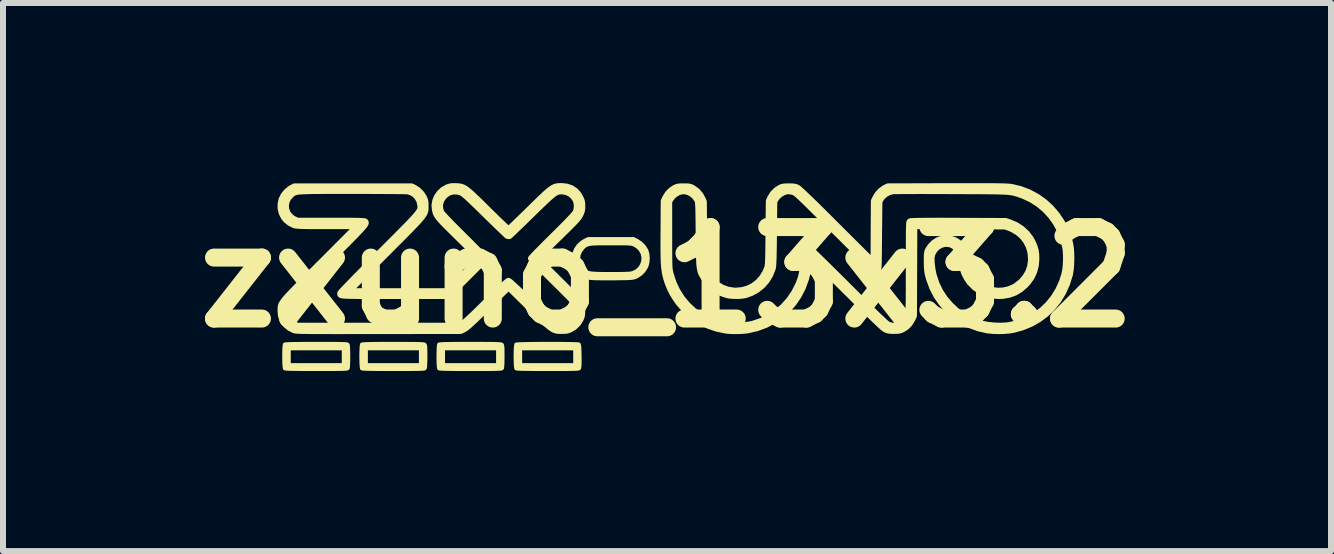
<source format=kicad_pcb>
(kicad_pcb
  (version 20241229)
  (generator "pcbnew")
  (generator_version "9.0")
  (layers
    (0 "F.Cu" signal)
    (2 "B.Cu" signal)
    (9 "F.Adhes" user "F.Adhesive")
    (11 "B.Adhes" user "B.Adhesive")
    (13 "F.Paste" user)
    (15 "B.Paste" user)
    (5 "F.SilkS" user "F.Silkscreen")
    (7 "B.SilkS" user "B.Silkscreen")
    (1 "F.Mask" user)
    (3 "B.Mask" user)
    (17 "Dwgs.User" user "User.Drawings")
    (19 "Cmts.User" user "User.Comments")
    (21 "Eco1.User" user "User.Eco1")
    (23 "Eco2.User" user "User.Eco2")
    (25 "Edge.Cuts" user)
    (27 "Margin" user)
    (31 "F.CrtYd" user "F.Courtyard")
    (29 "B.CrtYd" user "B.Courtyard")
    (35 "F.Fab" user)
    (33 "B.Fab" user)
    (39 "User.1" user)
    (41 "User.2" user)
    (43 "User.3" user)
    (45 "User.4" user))
  (footprint "zxuno_13x3.2"
    (layer "F.Cu")
    (at 8.063 1.568)
    (property "Reference" "zxuno_13x3.2" (at 0 0 0) (layer "F.SilkS") (effects (font (size 1.524 1.524) (thickness 0.3))))
    (attr board_only exclude_from_pos_files exclude_from_bom allow_missing_courtyard)
    (fp_poly (pts (xy -1.87 1.103) (xy -1.784 1.103) (xy -1.704 1.104) (xy -1.632 1.105) (xy -1.57 1.106) (xy -1.52 1.108) (xy -1.486 1.11) (xy -1.468 1.112) (xy -1.467 1.113) (xy -1.462 1.12) (xy -1.458 1.134) (xy -1.454 1.159) (xy -1.452 1.196) (xy -1.45 1.248) (xy -1.449 1.31) (xy -1.448 1.389) (xy -1.449 1.45) (xy -1.452 1.492) (xy -1.456 1.515) (xy -1.457 1.517) (xy -1.46 1.522) (xy -1.464 1.526) (xy -1.472 1.529) (xy -1.484 1.532) (xy -1.503 1.534) (xy -1.53 1.535) (xy -1.567 1.536) (xy -1.615 1.537) (xy -1.676 1.538) (xy -1.752 1.538) (xy -1.845 1.538) (xy -1.956 1.538) (xy -1.987 1.538) (xy -2.111 1.538) (xy -2.215 1.538) (xy -2.302 1.537) (xy -2.373 1.536) (xy -2.428 1.535) (xy -2.469 1.533) (xy -2.496 1.531) (xy -2.513 1.528) (xy -2.518 1.526) (xy -2.522 1.512) (xy -2.526 1.481) (xy -2.528 1.438) (xy -2.53 1.386) (xy -2.531 1.33) (xy -2.53 1.273) (xy -2.529 1.22) (xy -2.528 1.194) (xy -2.439 1.194) (xy -2.439 1.457) (xy -1.538 1.457) (xy -1.538 1.194) (xy -2.439 1.194) (xy -2.528 1.194) (xy -2.527 1.173) (xy -2.523 1.138) (xy -2.519 1.118) (xy -2.518 1.115) (xy -2.505 1.113) (xy -2.475 1.11) (xy -2.429 1.108) (xy -2.37 1.107) (xy -2.3 1.105) (xy -2.222 1.104) (xy -2.137 1.103) (xy -2.049 1.103) (xy -1.959 1.103)) (stroke (width 0.05) (type solid)) (fill yes) (layer "F.SilkS"))
    (fp_poly (pts (xy -4.446 1.103) (xy -4.348 1.103) (xy -4.268 1.104) (xy -4.202 1.104) (xy -4.15 1.105) (xy -4.11 1.107) (xy -4.08 1.108) (xy -4.06 1.11) (xy -4.046 1.113) (xy -4.037 1.116) (xy -4.033 1.119) (xy -4.028 1.128) (xy -4.023 1.143) (xy -4.02 1.167) (xy -4.019 1.202) (xy -4.018 1.253) (xy -4.017 1.317) (xy -4.018 1.382) (xy -4.02 1.438) (xy -4.022 1.481) (xy -4.025 1.51) (xy -4.028 1.519) (xy -4.031 1.523) (xy -4.036 1.527) (xy -4.044 1.53) (xy -4.058 1.532) (xy -4.079 1.534) (xy -4.108 1.535) (xy -4.147 1.537) (xy -4.199 1.537) (xy -4.264 1.538) (xy -4.344 1.538) (xy -4.441 1.538) (xy -4.557 1.538) (xy -4.557 1.538) (xy -4.681 1.538) (xy -4.786 1.538) (xy -4.873 1.537) (xy -4.943 1.536) (xy -4.998 1.535) (xy -5.039 1.533) (xy -5.067 1.531) (xy -5.083 1.528) (xy -5.088 1.526) (xy -5.093 1.512) (xy -5.096 1.481) (xy -5.099 1.438) (xy -5.1 1.386) (xy -5.101 1.33) (xy -5.101 1.273) (xy -5.099 1.22) (xy -5.098 1.194) (xy -5.009 1.194) (xy -5.009 1.457) (xy -4.109 1.457) (xy -4.109 1.194) (xy -5.009 1.194) (xy -5.098 1.194) (xy -5.097 1.173) (xy -5.094 1.138) (xy -5.09 1.118) (xy -5.088 1.115) (xy -5.08 1.112) (xy -5.061 1.11) (xy -5.03 1.108) (xy -4.985 1.106) (xy -4.927 1.105) (xy -4.852 1.104) (xy -4.76 1.103) (xy -4.651 1.103) (xy -4.563 1.103)) (stroke (width 0.05) (type solid)) (fill yes) (layer "F.SilkS"))
    (fp_poly (pts (xy -3.161 1.103) (xy -3.063 1.103) (xy -2.982 1.104) (xy -2.917 1.104) (xy -2.865 1.105) (xy -2.825 1.107) (xy -2.795 1.108) (xy -2.774 1.11) (xy -2.76 1.113) (xy -2.752 1.116) (xy -2.748 1.119) (xy -2.742 1.128) (xy -2.738 1.143) (xy -2.735 1.167) (xy -2.733 1.202) (xy -2.733 1.253) (xy -2.732 1.317) (xy -2.733 1.382) (xy -2.734 1.438) (xy -2.737 1.481) (xy -2.74 1.51) (xy -2.743 1.519) (xy -2.746 1.523) (xy -2.751 1.527) (xy -2.759 1.53) (xy -2.773 1.532) (xy -2.793 1.534) (xy -2.823 1.535) (xy -2.862 1.537) (xy -2.914 1.537) (xy -2.979 1.538) (xy -3.059 1.538) (xy -3.156 1.538) (xy -3.272 1.538) (xy -3.272 1.538) (xy -3.396 1.538) (xy -3.501 1.538) (xy -3.588 1.537) (xy -3.658 1.536) (xy -3.713 1.535) (xy -3.754 1.533) (xy -3.782 1.531) (xy -3.798 1.528) (xy -3.803 1.526) (xy -3.807 1.512) (xy -3.811 1.481) (xy -3.814 1.438) (xy -3.815 1.386) (xy -3.816 1.33) (xy -3.815 1.273) (xy -3.814 1.22) (xy -3.813 1.194) (xy -3.724 1.194) (xy -3.724 1.457) (xy -2.823 1.457) (xy -2.823 1.194) (xy -3.724 1.194) (xy -3.813 1.194) (xy -3.812 1.173) (xy -3.809 1.138) (xy -3.805 1.118) (xy -3.803 1.115) (xy -3.795 1.112) (xy -3.776 1.11) (xy -3.745 1.108) (xy -3.7 1.106) (xy -3.641 1.105) (xy -3.567 1.104) (xy -3.475 1.103) (xy -3.365 1.103) (xy -3.277 1.103)) (stroke (width 0.05) (type solid)) (fill yes) (layer "F.SilkS"))
    (fp_poly (pts (xy -5.727 1.103) (xy -5.629 1.103) (xy -5.549 1.103) (xy -5.484 1.104) (xy -5.433 1.105) (xy -5.393 1.106) (xy -5.364 1.107) (xy -5.343 1.109) (xy -5.329 1.112) (xy -5.321 1.115) (xy -5.316 1.118) (xy -5.313 1.123) (xy -5.313 1.123) (xy -5.309 1.14) (xy -5.306 1.173) (xy -5.304 1.219) (xy -5.303 1.272) (xy -5.303 1.329) (xy -5.303 1.385) (xy -5.305 1.436) (xy -5.307 1.479) (xy -5.31 1.508) (xy -5.313 1.519) (xy -5.316 1.523) (xy -5.321 1.527) (xy -5.329 1.53) (xy -5.343 1.532) (xy -5.364 1.534) (xy -5.393 1.535) (xy -5.433 1.537) (xy -5.484 1.537) (xy -5.549 1.538) (xy -5.629 1.538) (xy -5.726 1.538) (xy -5.842 1.538) (xy -5.842 1.538) (xy -5.966 1.538) (xy -6.071 1.538) (xy -6.158 1.537) (xy -6.228 1.536) (xy -6.283 1.535) (xy -6.324 1.533) (xy -6.352 1.531) (xy -6.368 1.528) (xy -6.373 1.526) (xy -6.378 1.512) (xy -6.381 1.481) (xy -6.384 1.438) (xy -6.385 1.386) (xy -6.386 1.33) (xy -6.386 1.273) (xy -6.385 1.22) (xy -6.383 1.194) (xy -6.294 1.194) (xy -6.294 1.457) (xy -5.394 1.457) (xy -5.394 1.194) (xy -6.294 1.194) (xy -6.383 1.194) (xy -6.382 1.173) (xy -6.379 1.138) (xy -6.375 1.118) (xy -6.373 1.115) (xy -6.365 1.112) (xy -6.346 1.11) (xy -6.315 1.108) (xy -6.271 1.106) (xy -6.212 1.105) (xy -6.138 1.104) (xy -6.046 1.103) (xy -5.937 1.103) (xy -5.842 1.103)) (stroke (width 0.05) (type solid)) (fill yes) (layer "F.SilkS"))
    (fp_poly (pts (xy -0.498 -0.613) (xy -0.434 -0.571) (xy -0.38 -0.516) (xy -0.34 -0.454) (xy -0.337 -0.447) (xy -0.319 -0.389) (xy -0.313 -0.321) (xy -0.317 -0.251) (xy -0.333 -0.188) (xy -0.341 -0.17) (xy -0.381 -0.105) (xy -0.434 -0.05) (xy -0.496 -0.009) (xy -0.519 0.002) (xy -0.535 0.008) (xy -0.552 0.013) (xy -0.57 0.017) (xy -0.593 0.02) (xy -0.623 0.022) (xy -0.662 0.024) (xy -0.713 0.025) (xy -0.778 0.026) (xy -0.86 0.027) (xy -0.911 0.027) (xy -1.019 0.027) (xy -1.109 0.027) (xy -1.181 0.026) (xy -1.236 0.024) (xy -1.276 0.021) (xy -1.3 0.017) (xy -1.378 -0.01) (xy -1.444 -0.052) (xy -1.497 -0.109) (xy -1.536 -0.176) (xy -1.558 -0.254) (xy -1.563 -0.307) (xy -1.473 -0.307) (xy -1.464 -0.243) (xy -1.437 -0.182) (xy -1.397 -0.132) (xy -1.377 -0.114) (xy -1.356 -0.099) (xy -1.333 -0.087) (xy -1.305 -0.078) (xy -1.27 -0.071) (xy -1.225 -0.067) (xy -1.168 -0.064) (xy -1.097 -0.062) (xy -1.01 -0.061) (xy -0.94 -0.061) (xy -0.846 -0.061) (xy -0.769 -0.062) (xy -0.708 -0.063) (xy -0.661 -0.065) (xy -0.625 -0.067) (xy -0.598 -0.071) (xy -0.578 -0.075) (xy -0.576 -0.076) (xy -0.513 -0.105) (xy -0.462 -0.15) (xy -0.426 -0.204) (xy -0.404 -0.269) (xy -0.401 -0.334) (xy -0.416 -0.396) (xy -0.447 -0.453) (xy -0.493 -0.5) (xy -0.546 -0.533) (xy -0.56 -0.539) (xy -0.574 -0.544) (xy -0.59 -0.548) (xy -0.61 -0.551) (xy -0.637 -0.553) (xy -0.672 -0.555) (xy -0.719 -0.556) (xy -0.779 -0.556) (xy -0.856 -0.556) (xy -0.932 -0.556) (xy -1.032 -0.556) (xy -1.114 -0.556) (xy -1.18 -0.554) (xy -1.233 -0.552) (xy -1.275 -0.548) (xy -1.307 -0.542) (xy -1.333 -0.533) (xy -1.354 -0.523) (xy -1.372 -0.51) (xy -1.391 -0.493) (xy -1.396 -0.488) (xy -1.439 -0.433) (xy -1.465 -0.372) (xy -1.473 -0.307) (xy -1.563 -0.307) (xy -1.563 -0.315) (xy -1.554 -0.392) (xy -1.526 -0.465) (xy -1.482 -0.53) (xy -1.424 -0.583) (xy -1.372 -0.615) (xy -1.315 -0.643) (xy -0.556 -0.643)) (stroke (width 0.05) (type solid)) (fill yes) (layer "F.SilkS"))
    (fp_poly (pts (xy -1.672 -1.509) (xy -1.596 -1.484) (xy -1.531 -1.442) (xy -1.477 -1.383) (xy -1.445 -1.328) (xy -1.427 -1.288) (xy -1.417 -1.255) (xy -1.413 -1.218) (xy -1.412 -1.184) (xy -1.413 -1.139) (xy -1.419 -1.104) (xy -1.431 -1.07) (xy -1.445 -1.04) (xy -1.454 -1.023) (xy -1.465 -1.005) (xy -1.479 -0.986) (xy -1.498 -0.963) (xy -1.523 -0.935) (xy -1.555 -0.901) (xy -1.596 -0.86) (xy -1.646 -0.809) (xy -1.709 -0.748) (xy -1.783 -0.674) (xy -1.816 -0.643) (xy -2.153 -0.313) (xy -1.81 0.028) (xy -1.724 0.113) (xy -1.652 0.185) (xy -1.592 0.246) (xy -1.543 0.297) (xy -1.504 0.34) (xy -1.474 0.376) (xy -1.451 0.408) (xy -1.435 0.435) (xy -1.424 0.46) (xy -1.418 0.485) (xy -1.414 0.511) (xy -1.413 0.538) (xy -1.413 0.562) (xy -1.414 0.609) (xy -1.419 0.645) (xy -1.43 0.679) (xy -1.439 0.7) (xy -1.481 0.768) (xy -1.539 0.826) (xy -1.608 0.869) (xy -1.64 0.882) (xy -1.67 0.891) (xy -1.705 0.894) (xy -1.753 0.895) (xy -1.756 0.895) (xy -1.788 0.895) (xy -1.816 0.894) (xy -1.842 0.89) (xy -1.867 0.883) (xy -1.893 0.872) (xy -1.921 0.855) (xy -1.954 0.831) (xy -1.992 0.8) (xy -2.036 0.76) (xy -2.09 0.71) (xy -2.153 0.649) (xy -2.229 0.575) (xy -2.3 0.505) (xy -2.641 0.17) (xy -2.98 0.503) (xy -3.065 0.586) (xy -3.138 0.656) (xy -3.198 0.714) (xy -3.249 0.761) (xy -3.289 0.798) (xy -3.322 0.826) (xy -3.348 0.847) (xy -3.369 0.86) (xy -3.377 0.865) (xy -3.436 0.896) (xy -4.802 0.898) (xy -4.996 0.898) (xy -5.172 0.898) (xy -5.329 0.898) (xy -5.469 0.899) (xy -5.593 0.898) (xy -5.702 0.898) (xy -5.797 0.898) (xy -5.879 0.898) (xy -5.949 0.897) (xy -6.008 0.896) (xy -6.057 0.896) (xy -6.097 0.895) (xy -6.13 0.893) (xy -6.155 0.892) (xy -6.175 0.89) (xy -6.19 0.889) (xy -6.202 0.886) (xy -6.211 0.884) (xy -6.215 0.883) (xy -6.286 0.848) (xy -6.346 0.799) (xy -6.384 0.754) (xy -6.414 0.698) (xy -6.432 0.64) (xy -6.438 0.574) (xy -6.439 0.556) (xy -6.438 0.533) (xy -6.438 0.514) (xy -6.436 0.495) (xy -6.433 0.477) (xy -6.426 0.457) (xy -6.415 0.436) (xy -6.4 0.413) (xy -6.38 0.385) (xy -6.353 0.352) (xy -6.319 0.314) (xy -6.276 0.268) (xy -6.225 0.215) (xy -6.164 0.152) (xy -6.093 0.08) (xy -6.01 -0.004) (xy -5.914 -0.1) (xy -5.806 -0.209) (xy -5.779 -0.235) (xy -5.166 -0.85) (xy -5.667 -0.85) (xy -5.782 -0.851) (xy -5.879 -0.851) (xy -5.959 -0.851) (xy -6.025 -0.852) (xy -6.077 -0.853) (xy -6.118 -0.855) (xy -6.15 -0.857) (xy -6.174 -0.859) (xy -6.192 -0.862) (xy -6.207 -0.865) (xy -6.215 -0.868) (xy -6.286 -0.903) (xy -6.346 -0.952) (xy -6.384 -0.997) (xy -6.42 -1.069) (xy -6.438 -1.145) (xy -6.438 -1.195) (xy -6.35 -1.195) (xy -6.345 -1.133) (xy -6.324 -1.074) (xy -6.288 -1.022) (xy -6.237 -0.98) (xy -6.209 -0.965) (xy -6.158 -0.941) (xy -5.601 -0.941) (xy -5.472 -0.941) (xy -5.363 -0.941) (xy -5.271 -0.94) (xy -5.197 -0.939) (xy -5.137 -0.938) (xy -5.092 -0.936) (xy -5.061 -0.934) (xy -5.041 -0.932) (xy -5.032 -0.929) (xy -5.031 -0.929) (xy -5.025 -0.922) (xy -5.021 -0.916) (xy -5.019 -0.908) (xy -5.02 -0.898) (xy -5.026 -0.885) (xy -5.036 -0.868) (xy -5.053 -0.847) (xy -5.075 -0.82) (xy -5.106 -0.786) (xy -5.144 -0.746) (xy -5.191 -0.696) (xy -5.249 -0.638) (xy -5.316 -0.569) (xy -5.396 -0.49) (xy -5.487 -0.398) (xy -5.591 -0.294) (xy -5.663 -0.223) (xy -5.758 -0.127) (xy -5.849 -0.035) (xy -5.936 0.052) (xy -6.016 0.133) (xy -6.09 0.208) (xy -6.155 0.275) (xy -6.211 0.334) (xy -6.258 0.382) (xy -6.292 0.419) (xy -6.315 0.444) (xy -6.324 0.455) (xy -6.346 0.518) (xy -6.35 0.583) (xy -6.336 0.645) (xy -6.307 0.703) (xy -6.263 0.751) (xy -6.209 0.785) (xy -6.158 0.809) (xy -3.476 0.809) (xy -3.424 0.785) (xy -3.409 0.776) (xy -3.389 0.762) (xy -3.362 0.74) (xy -3.329 0.711) (xy -3.287 0.672) (xy -3.235 0.623) (xy -3.173 0.563) (xy -3.099 0.49) (xy -3.018 0.411) (xy -2.924 0.319) (xy -2.844 0.241) (xy -2.778 0.177) (xy -2.724 0.128) (xy -2.684 0.092) (xy -2.657 0.07) (xy -2.643 0.061) (xy -2.642 0.061) (xy -2.629 0.067) (xy -2.604 0.087) (xy -2.567 0.121) (xy -2.516 0.168) (xy -2.451 0.229) (xy -2.373 0.305) (xy -2.282 0.395) (xy -2.264 0.413) (xy -2.177 0.498) (xy -2.099 0.574) (xy -2.03 0.639) (xy -1.972 0.694) (xy -1.926 0.736) (xy -1.892 0.766) (xy -1.87 0.782) (xy -1.867 0.784) (xy -1.821 0.799) (xy -1.768 0.807) (xy -1.715 0.807) (xy -1.677 0.8) (xy -1.622 0.773) (xy -1.572 0.733) (xy -1.534 0.686) (xy -1.534 0.685) (xy -1.508 0.623) (xy -1.501 0.559) (xy -1.512 0.491) (xy -1.517 0.478) (xy -1.522 0.465) (xy -1.529 0.451) (xy -1.539 0.436) (xy -1.554 0.417) (xy -1.575 0.393) (xy -1.602 0.364) (xy -1.638 0.327) (xy -1.684 0.281) (xy -1.74 0.225) (xy -1.807 0.158) (xy -1.888 0.078) (xy -1.898 0.068) (xy -1.97 -0.003) (xy -2.037 -0.07) (xy -2.098 -0.131) (xy -2.151 -0.186) (xy -2.196 -0.233) (xy -2.231 -0.27) (xy -2.255 -0.296) (xy -2.266 -0.31) (xy -2.267 -0.312) (xy -2.26 -0.322) (xy -2.24 -0.344) (xy -2.208 -0.378) (xy -2.166 -0.422) (xy -2.114 -0.474) (xy -2.055 -0.534) (xy -1.99 -0.599) (xy -1.92 -0.668) (xy -1.907 -0.681) (xy -1.824 -0.763) (xy -1.749 -0.838) (xy -1.683 -0.905) (xy -1.627 -0.963) (xy -1.582 -1.01) (xy -1.55 -1.046) (xy -1.53 -1.07) (xy -1.525 -1.077) (xy -1.508 -1.127) (xy -1.503 -1.186) (xy -1.509 -1.244) (xy -1.525 -1.291) (xy -1.566 -1.349) (xy -1.62 -1.393) (xy -1.683 -1.42) (xy -1.751 -1.43) (xy -1.774 -1.43) (xy -1.796 -1.428) (xy -1.818 -1.423) (xy -1.84 -1.414) (xy -1.864 -1.401) (xy -1.892 -1.382) (xy -1.925 -1.355) (xy -1.965 -1.32) (xy -2.013 -1.276) (xy -2.071 -1.221) (xy -2.139 -1.155) (xy -2.22 -1.076) (xy -2.256 -1.041) (xy -2.327 -0.972) (xy -2.393 -0.907) (xy -2.454 -0.848) (xy -2.509 -0.796) (xy -2.554 -0.752) (xy -2.59 -0.718) (xy -2.614 -0.696) (xy -2.626 -0.686) (xy -2.626 -0.685) (xy -2.649 -0.684) (xy -2.665 -0.691) (xy -2.676 -0.701) (xy -2.7 -0.724) (xy -2.736 -0.758) (xy -2.782 -0.802) (xy -2.836 -0.854) (xy -2.897 -0.913) (xy -2.963 -0.978) (xy -3.034 -1.047) (xy -3.036 -1.05) (xy -3.119 -1.131) (xy -3.189 -1.199) (xy -3.248 -1.255) (xy -3.296 -1.301) (xy -3.334 -1.337) (xy -3.366 -1.364) (xy -3.39 -1.384) (xy -3.41 -1.398) (xy -3.425 -1.408) (xy -3.435 -1.412) (xy -3.506 -1.429) (xy -3.575 -1.427) (xy -3.639 -1.406) (xy -3.697 -1.366) (xy -3.717 -1.346) (xy -3.758 -1.287) (xy -3.78 -1.223) (xy -3.782 -1.158) (xy -3.765 -1.092) (xy -3.76 -1.08) (xy -3.748 -1.064) (xy -3.723 -1.036) (xy -3.686 -0.995) (xy -3.636 -0.943) (xy -3.576 -0.881) (xy -3.506 -0.811) (xy -3.427 -0.732) (xy -3.379 -0.684) (xy -3.308 -0.614) (xy -3.242 -0.547) (xy -3.181 -0.486) (xy -3.128 -0.432) (xy -3.084 -0.387) (xy -3.049 -0.35) (xy -3.026 -0.325) (xy -3.016 -0.313) (xy -3.015 -0.312) (xy -3.022 -0.302) (xy -3.042 -0.28) (xy -3.074 -0.246) (xy -3.115 -0.203) (xy -3.165 -0.152) (xy -3.222 -0.094) (xy -3.285 -0.032) (xy -3.324 0.008) (xy -3.633 0.314) (xy -4.533 0.314) (xy -4.689 0.314) (xy -4.827 0.314) (xy -4.947 0.314) (xy -5.05 0.314) (xy -5.139 0.313) (xy -5.212 0.312) (xy -5.274 0.311) (xy -5.323 0.31) (xy -5.362 0.308) (xy -5.392 0.306) (xy -5.413 0.303) (xy -5.428 0.299) (xy -5.438 0.295) (xy -5.443 0.29) (xy -5.445 0.284) (xy -5.445 0.277) (xy -5.444 0.269) (xy -5.444 0.265) (xy -5.437 0.256) (xy -5.417 0.233) (xy -5.384 0.198) (xy -5.34 0.152) (xy -5.286 0.096) (xy -5.223 0.03) (xy -5.151 -0.043) (xy -5.071 -0.124) (xy -4.986 -0.21) (xy -4.895 -0.302) (xy -4.8 -0.397) (xy -4.793 -0.405) (xy -4.678 -0.52) (xy -4.577 -0.621) (xy -4.488 -0.71) (xy -4.411 -0.788) (xy -4.345 -0.855) (xy -4.289 -0.913) (xy -4.242 -0.962) (xy -4.204 -1.004) (xy -4.174 -1.039) (xy -4.151 -1.068) (xy -4.133 -1.093) (xy -4.121 -1.114) (xy -4.113 -1.132) (xy -4.109 -1.149) (xy -4.108 -1.164) (xy -4.108 -1.18) (xy -4.11 -1.197) (xy -4.112 -1.211) (xy -4.128 -1.275) (xy -4.161 -1.332) (xy -4.207 -1.38) (xy -4.264 -1.414) (xy -4.318 -1.43) (xy -4.334 -1.431) (xy -4.368 -1.432) (xy -4.42 -1.433) (xy -4.487 -1.434) (xy -4.568 -1.435) (xy -4.662 -1.435) (xy -4.767 -1.436) (xy -4.881 -1.436) (xy -5.004 -1.437) (xy -5.132 -1.437) (xy -5.238 -1.437) (xy -5.398 -1.437) (xy -5.539 -1.437) (xy -5.662 -1.437) (xy -5.769 -1.436) (xy -5.861 -1.436) (xy -5.939 -1.435) (xy -6.005 -1.433) (xy -6.06 -1.431) (xy -6.104 -1.428) (xy -6.14 -1.425) (xy -6.169 -1.421) (xy -6.192 -1.415) (xy -6.21 -1.409) (xy -6.225 -1.402) (xy -6.237 -1.393) (xy -6.249 -1.384) (xy -6.261 -1.373) (xy -6.265 -1.369) (xy -6.311 -1.316) (xy -6.339 -1.257) (xy -6.35 -1.195) (xy -6.438 -1.195) (xy -6.438 -1.221) (xy -6.422 -1.295) (xy -6.388 -1.364) (xy -6.339 -1.425) (xy -6.276 -1.476) (xy -6.252 -1.489) (xy -6.208 -1.513) (xy -4.255 -1.513) (xy -4.208 -1.489) (xy -4.148 -1.45) (xy -4.094 -1.396) (xy -4.053 -1.335) (xy -4.049 -1.326) (xy -4.035 -1.293) (xy -4.027 -1.261) (xy -4.023 -1.224) (xy -4.023 -1.184) (xy -4.023 -1.16) (xy -4.023 -1.139) (xy -4.025 -1.119) (xy -4.028 -1.1) (xy -4.035 -1.08) (xy -4.045 -1.058) (xy -4.06 -1.034) (xy -4.08 -1.006) (xy -4.107 -0.973) (xy -4.14 -0.934) (xy -4.182 -0.889) (xy -4.233 -0.836) (xy -4.293 -0.774) (xy -4.364 -0.702) (xy -4.446 -0.619) (xy -4.541 -0.525) (xy -4.648 -0.417) (xy -4.688 -0.377) (xy -5.298 0.233) (xy -3.679 0.233) (xy -3.405 -0.04) (xy -3.131 -0.313) (xy -3.472 -0.647) (xy -3.555 -0.729) (xy -3.625 -0.798) (xy -3.683 -0.856) (xy -3.73 -0.904) (xy -3.767 -0.944) (xy -3.797 -0.978) (xy -3.819 -1.007) (xy -3.835 -1.032) (xy -3.847 -1.055) (xy -3.856 -1.078) (xy -3.862 -1.102) (xy -3.868 -1.127) (xy -3.874 -1.201) (xy -3.861 -1.273) (xy -3.832 -1.343) (xy -3.789 -1.404) (xy -3.733 -1.456) (xy -3.666 -1.494) (xy -3.655 -1.498) (xy -3.62 -1.51) (xy -3.586 -1.516) (xy -3.545 -1.517) (xy -3.511 -1.516) (xy -3.48 -1.514) (xy -3.453 -1.511) (xy -3.427 -1.506) (xy -3.401 -1.497) (xy -3.375 -1.484) (xy -3.346 -1.465) (xy -3.312 -1.439) (xy -3.272 -1.405) (xy -3.226 -1.362) (xy -3.17 -1.309) (xy -3.103 -1.245) (xy -3.025 -1.167) (xy -2.985 -1.127) (xy -2.917 -1.061) (xy -2.853 -0.998) (xy -2.795 -0.942) (xy -2.744 -0.893) (xy -2.702 -0.853) (xy -2.67 -0.823) (xy -2.649 -0.805) (xy -2.642 -0.799) (xy -2.633 -0.806) (xy -2.61 -0.826) (xy -2.577 -0.857) (xy -2.534 -0.899) (xy -2.482 -0.949) (xy -2.423 -1.006) (xy -2.358 -1.069) (xy -2.298 -1.128) (xy -2.212 -1.213) (xy -2.139 -1.284) (xy -2.077 -1.343) (xy -2.025 -1.392) (xy -1.982 -1.43) (xy -1.944 -1.46) (xy -1.912 -1.482) (xy -1.884 -1.498) (xy -1.857 -1.508) (xy -1.831 -1.514) (xy -1.803 -1.517) (xy -1.773 -1.518) (xy -1.759 -1.518)) (stroke (width 0.1) (type solid)) (fill yes) (layer "F.SilkS"))
    (fp_poly (pts (xy 5.224 -1.516) (xy 5.323 -1.516) (xy 5.408 -1.516) (xy 5.48 -1.515) (xy 5.54 -1.514) (xy 5.591 -1.513) (xy 5.632 -1.512) (xy 5.666 -1.51) (xy 5.694 -1.508) (xy 5.716 -1.506) (xy 5.735 -1.504) (xy 5.742 -1.503) (xy 5.891 -1.467) (xy 6.032 -1.413) (xy 6.163 -1.343) (xy 6.285 -1.257) (xy 6.395 -1.157) (xy 6.492 -1.044) (xy 6.576 -0.919) (xy 6.644 -0.783) (xy 6.696 -0.638) (xy 6.716 -0.557) (xy 6.728 -0.484) (xy 6.734 -0.399) (xy 6.736 -0.308) (xy 6.733 -0.215) (xy 6.726 -0.129) (xy 6.714 -0.055) (xy 6.711 -0.04) (xy 6.663 0.113) (xy 6.599 0.255) (xy 6.52 0.387) (xy 6.425 0.505) (xy 6.317 0.611) (xy 6.196 0.702) (xy 6.064 0.777) (xy 5.92 0.836) (xy 5.776 0.876) (xy 5.7 0.889) (xy 5.611 0.896) (xy 5.518 0.898) (xy 5.427 0.895) (xy 5.346 0.887) (xy 5.194 0.854) (xy 5.051 0.802) (xy 4.916 0.734) (xy 4.792 0.65) (xy 4.679 0.552) (xy 4.578 0.44) (xy 4.492 0.316) (xy 4.421 0.18) (xy 4.367 0.034) (xy 4.355 -0.007) (xy 4.344 -0.051) (xy 4.337 -0.091) (xy 4.332 -0.131) (xy 4.329 -0.179) (xy 4.328 -0.239) (xy 4.328 -0.258) (xy 4.328 -0.318) (xy 4.328 -0.362) (xy 4.331 -0.393) (xy 4.335 -0.417) (xy 4.341 -0.437) (xy 4.35 -0.457) (xy 4.35 -0.457) (xy 4.39 -0.517) (xy 4.443 -0.571) (xy 4.505 -0.612) (xy 4.514 -0.616) (xy 4.547 -0.63) (xy 4.578 -0.638) (xy 4.615 -0.642) (xy 4.656 -0.642) (xy 4.703 -0.641) (xy 4.739 -0.636) (xy 4.77 -0.627) (xy 4.799 -0.614) (xy 4.857 -0.577) (xy 4.91 -0.527) (xy 4.951 -0.47) (xy 4.961 -0.448) (xy 4.974 -0.41) (xy 4.984 -0.357) (xy 4.99 -0.301) (xy 5.002 -0.21) (xy 5.023 -0.133) (xy 5.053 -0.063) (xy 5.092 -0.001) (xy 5.157 0.075) (xy 5.233 0.137) (xy 5.318 0.182) (xy 5.41 0.212) (xy 5.505 0.226) (xy 5.6 0.222) (xy 5.695 0.201) (xy 5.785 0.162) (xy 5.815 0.143) (xy 5.899 0.078) (xy 5.966 0.001) (xy 6.017 -0.085) (xy 6.05 -0.18) (xy 6.064 -0.281) (xy 6.064 -0.304) (xy 6.055 -0.41) (xy 6.028 -0.508) (xy 5.983 -0.597) (xy 5.922 -0.676) (xy 5.846 -0.743) (xy 5.756 -0.797) (xy 5.697 -0.822) (xy 5.632 -0.845) (xy 4.876 -0.848) (xy 4.12 -0.851) (xy 4.117 -0.104) (xy 4.114 0.643) (xy 4.088 0.699) (xy 4.043 0.773) (xy 3.987 0.831) (xy 3.929 0.867) (xy 3.897 0.882) (xy 3.869 0.89) (xy 3.837 0.894) (xy 3.793 0.895) (xy 3.78 0.895) (xy 3.731 0.894) (xy 3.694 0.89) (xy 3.664 0.882) (xy 3.639 0.871) (xy 3.627 0.864) (xy 3.609 0.851) (xy 3.587 0.832) (xy 3.557 0.806) (xy 3.52 0.772) (xy 3.475 0.729) (xy 3.42 0.676) (xy 3.356 0.613) (xy 3.281 0.539) (xy 3.194 0.453) (xy 3.095 0.355) (xy 2.982 0.242) (xy 2.979 0.24) (xy 2.371 -0.367) (xy 2.364 -0.277) (xy 2.356 -0.188) (xy 2.346 -0.112) (xy 2.333 -0.043) (xy 2.316 0.026) (xy 2.313 0.035) (xy 2.261 0.178) (xy 2.192 0.311) (xy 2.108 0.434) (xy 2.009 0.546) (xy 1.897 0.644) (xy 1.773 0.729) (xy 1.64 0.798) (xy 1.497 0.85) (xy 1.347 0.885) (xy 1.343 0.886) (xy 1.271 0.894) (xy 1.187 0.898) (xy 1.102 0.898) (xy 1.022 0.894) (xy 0.977 0.889) (xy 0.826 0.857) (xy 0.682 0.807) (xy 0.545 0.738) (xy 0.419 0.653) (xy 0.303 0.552) (xy 0.2 0.437) (xy 0.142 0.356) (xy 0.087 0.266) (xy 0.043 0.177) (xy 0.006 0.082) (xy -0.013 0.02) (xy -0.023 -0.018) (xy -0.032 -0.055) (xy -0.039 -0.094) (xy -0.045 -0.135) (xy -0.05 -0.182) (xy -0.054 -0.236) (xy -0.056 -0.299) (xy -0.058 -0.373) (xy -0.059 -0.461) (xy -0.059 -0.563) (xy -0.059 -0.683) (xy -0.058 -0.764) (xy -0.055 -1.261) (xy 0.036 -1.261) (xy 0.036 -0.704) (xy 0.036 -0.584) (xy 0.036 -0.481) (xy 0.037 -0.396) (xy 0.037 -0.325) (xy 0.038 -0.267) (xy 0.039 -0.22) (xy 0.04 -0.182) (xy 0.042 -0.152) (xy 0.045 -0.127) (xy 0.048 -0.106) (xy 0.052 -0.087) (xy 0.056 -0.068) (xy 0.059 -0.057) (xy 0.106 0.089) (xy 0.17 0.225) (xy 0.249 0.35) (xy 0.342 0.462) (xy 0.448 0.561) (xy 0.566 0.645) (xy 0.695 0.714) (xy 0.833 0.766) (xy 0.951 0.794) (xy 1.021 0.803) (xy 1.105 0.807) (xy 1.195 0.806) (xy 1.284 0.8) (xy 1.368 0.789) (xy 1.43 0.776) (xy 1.571 0.729) (xy 1.704 0.664) (xy 1.827 0.583) (xy 1.938 0.487) (xy 2.036 0.377) (xy 2.119 0.255) (xy 2.187 0.121) (xy 2.197 0.098) (xy 2.224 0.023) (xy 2.244 -0.051) (xy 2.258 -0.131) (xy 2.268 -0.221) (xy 2.274 -0.326) (xy 2.274 -0.329) (xy 2.277 -0.386) (xy 2.28 -0.437) (xy 2.284 -0.478) (xy 2.288 -0.505) (xy 2.29 -0.514) (xy 2.308 -0.524) (xy 2.322 -0.526) (xy 2.332 -0.52) (xy 2.354 -0.502) (xy 2.387 -0.472) (xy 2.433 -0.429) (xy 2.491 -0.373) (xy 2.562 -0.304) (xy 2.646 -0.222) (xy 2.743 -0.126) (xy 2.854 -0.016) (xy 2.979 0.108) (xy 2.991 0.12) (xy 3.123 0.252) (xy 3.241 0.369) (xy 3.344 0.471) (xy 3.434 0.559) (xy 3.51 0.633) (xy 3.573 0.692) (xy 3.621 0.738) (xy 3.656 0.769) (xy 3.677 0.786) (xy 3.681 0.788) (xy 3.742 0.808) (xy 3.806 0.809) (xy 3.868 0.793) (xy 3.926 0.761) (xy 3.961 0.729) (xy 3.973 0.715) (xy 3.984 0.703) (xy 3.993 0.689) (xy 4.001 0.674) (xy 4.007 0.655) (xy 4.013 0.631) (xy 4.017 0.601) (xy 4.021 0.563) (xy 4.023 0.516) (xy 4.025 0.459) (xy 4.027 0.389) (xy 4.027 0.306) (xy 4.028 0.209) (xy 4.028 0.095) (xy 4.028 -0.036) (xy 4.028 -0.168) (xy 4.028 -0.31) (xy 4.028 -0.432) (xy 4.029 -0.537) (xy 4.029 -0.626) (xy 4.029 -0.7) (xy 4.03 -0.76) (xy 4.031 -0.809) (xy 4.032 -0.847) (xy 4.033 -0.876) (xy 4.035 -0.897) (xy 4.037 -0.911) (xy 4.039 -0.92) (xy 4.042 -0.926) (xy 4.046 -0.929) (xy 4.049 -0.931) (xy 4.061 -0.933) (xy 4.089 -0.935) (xy 4.134 -0.937) (xy 4.196 -0.938) (xy 4.275 -0.939) (xy 4.373 -0.939) (xy 4.488 -0.94) (xy 4.623 -0.94) (xy 4.778 -0.939) (xy 4.856 -0.939) (xy 5.642 -0.936) (xy 5.713 -0.912) (xy 5.816 -0.868) (xy 5.909 -0.808) (xy 5.99 -0.734) (xy 6.056 -0.648) (xy 6.091 -0.585) (xy 6.121 -0.516) (xy 6.14 -0.453) (xy 6.15 -0.388) (xy 6.153 -0.313) (xy 6.153 -0.305) (xy 6.144 -0.194) (xy 6.117 -0.091) (xy 6.072 0.005) (xy 6.007 0.094) (xy 5.971 0.132) (xy 5.887 0.205) (xy 5.797 0.258) (xy 5.699 0.293) (xy 5.592 0.311) (xy 5.528 0.314) (xy 5.414 0.304) (xy 5.308 0.277) (xy 5.21 0.231) (xy 5.12 0.166) (xy 5.042 0.087) (xy 4.995 0.019) (xy 4.954 -0.061) (xy 4.923 -0.149) (xy 4.904 -0.236) (xy 4.899 -0.305) (xy 4.892 -0.367) (xy 4.87 -0.421) (xy 4.832 -0.472) (xy 4.823 -0.481) (xy 4.77 -0.524) (xy 4.714 -0.549) (xy 4.652 -0.555) (xy 4.623 -0.553) (xy 4.561 -0.536) (xy 4.505 -0.502) (xy 4.459 -0.455) (xy 4.425 -0.398) (xy 4.409 -0.341) (xy 4.407 -0.302) (xy 4.409 -0.249) (xy 4.415 -0.188) (xy 4.424 -0.123) (xy 4.436 -0.061) (xy 4.444 -0.029) (xy 4.489 0.107) (xy 4.551 0.236) (xy 4.63 0.356) (xy 4.724 0.465) (xy 4.83 0.563) (xy 4.948 0.646) (xy 5.075 0.714) (xy 5.21 0.764) (xy 5.248 0.775) (xy 5.342 0.794) (xy 5.447 0.805) (xy 5.553 0.809) (xy 5.655 0.804) (xy 5.715 0.796) (xy 5.861 0.76) (xy 5.999 0.707) (xy 6.127 0.637) (xy 6.244 0.552) (xy 6.349 0.452) (xy 6.441 0.338) (xy 6.519 0.212) (xy 6.581 0.075) (xy 6.62 -0.049) (xy 6.634 -0.118) (xy 6.643 -0.199) (xy 6.647 -0.287) (xy 6.647 -0.374) (xy 6.641 -0.454) (xy 6.636 -0.492) (xy 6.601 -0.636) (xy 6.548 -0.773) (xy 6.479 -0.901) (xy 6.395 -1.019) (xy 6.298 -1.125) (xy 6.188 -1.217) (xy 6.067 -1.294) (xy 5.936 -1.355) (xy 5.88 -1.375) (xy 5.852 -1.385) (xy 5.826 -1.393) (xy 5.803 -1.4) (xy 5.779 -1.406) (xy 5.754 -1.411) (xy 5.726 -1.416) (xy 5.695 -1.419) (xy 5.657 -1.423) (xy 5.613 -1.425) (xy 5.561 -1.427) (xy 5.499 -1.429) (xy 5.426 -1.43) (xy 5.341 -1.431) (xy 5.242 -1.432) (xy 5.128 -1.433) (xy 4.997 -1.433) (xy 4.848 -1.434) (xy 4.742 -1.434) (xy 4.605 -1.435) (xy 4.473 -1.435) (xy 4.348 -1.435) (xy 4.23 -1.436) (xy 4.123 -1.435) (xy 4.026 -1.435) (xy 3.941 -1.435) (xy 3.871 -1.434) (xy 3.816 -1.434) (xy 3.778 -1.433) (xy 3.759 -1.432) (xy 3.759 -1.432) (xy 3.696 -1.415) (xy 3.637 -1.382) (xy 3.588 -1.338) (xy 3.568 -1.311) (xy 3.538 -1.261) (xy 3.532 -0.686) (xy 3.531 -0.562) (xy 3.53 -0.456) (xy 3.529 -0.367) (xy 3.528 -0.294) (xy 3.527 -0.235) (xy 3.525 -0.189) (xy 3.522 -0.154) (xy 3.519 -0.129) (xy 3.515 -0.111) (xy 3.51 -0.1) (xy 3.504 -0.094) (xy 3.497 -0.092) (xy 3.488 -0.091) (xy 3.482 -0.091) (xy 3.473 -0.098) (xy 3.451 -0.119) (xy 3.416 -0.151) (xy 3.37 -0.195) (xy 3.314 -0.249) (xy 3.249 -0.313) (xy 3.175 -0.385) (xy 3.095 -0.464) (xy 3.008 -0.55) (xy 2.917 -0.641) (xy 2.821 -0.736) (xy 2.809 -0.748) (xy 2.697 -0.86) (xy 2.598 -0.958) (xy 2.512 -1.044) (xy 2.437 -1.118) (xy 2.373 -1.182) (xy 2.319 -1.235) (xy 2.273 -1.28) (xy 2.235 -1.316) (xy 2.204 -1.345) (xy 2.178 -1.368) (xy 2.158 -1.385) (xy 2.141 -1.398) (xy 2.128 -1.407) (xy 2.117 -1.413) (xy 2.106 -1.418) (xy 2.097 -1.421) (xy 2.096 -1.421) (xy 2.039 -1.432) (xy 1.997 -1.431) (xy 1.941 -1.414) (xy 1.886 -1.382) (xy 1.839 -1.34) (xy 1.818 -1.311) (xy 1.787 -1.262) (xy 1.781 -0.729) (xy 1.78 -0.609) (xy 1.779 -0.508) (xy 1.777 -0.423) (xy 1.776 -0.352) (xy 1.774 -0.296) (xy 1.772 -0.25) (xy 1.77 -0.215) (xy 1.768 -0.187) (xy 1.765 -0.165) (xy 1.761 -0.148) (xy 1.759 -0.139) (xy 1.718 -0.036) (xy 1.661 0.058) (xy 1.589 0.14) (xy 1.504 0.209) (xy 1.409 0.262) (xy 1.309 0.298) (xy 1.252 0.308) (xy 1.184 0.313) (xy 1.112 0.312) (xy 1.045 0.307) (xy 0.997 0.298) (xy 0.893 0.262) (xy 0.798 0.207) (xy 0.713 0.136) (xy 0.64 0.05) (xy 0.629 0.034) (xy 0.609 0.005) (xy 0.592 -0.022) (xy 0.578 -0.047) (xy 0.566 -0.072) (xy 0.557 -0.1) (xy 0.549 -0.133) (xy 0.543 -0.171) (xy 0.538 -0.217) (xy 0.535 -0.273) (xy 0.533 -0.341) (xy 0.531 -0.422) (xy 0.529 -0.518) (xy 0.528 -0.632) (xy 0.527 -0.713) (xy 0.526 -0.831) (xy 0.525 -0.931) (xy 0.524 -1.013) (xy 0.523 -1.081) (xy 0.522 -1.135) (xy 0.52 -1.178) (xy 0.518 -1.211) (xy 0.516 -1.235) (xy 0.513 -1.254) (xy 0.51 -1.267) (xy 0.506 -1.278) (xy 0.502 -1.287) (xy 0.5 -1.291) (xy 0.461 -1.345) (xy 0.411 -1.388) (xy 0.354 -1.418) (xy 0.293 -1.432) (xy 0.246 -1.431) (xy 0.19 -1.414) (xy 0.135 -1.382) (xy 0.088 -1.34) (xy 0.067 -1.311) (xy 0.036 -1.261) (xy -0.055 -1.261) (xy -0.055 -1.27) (xy -0.028 -1.327) (xy 0.013 -1.392) (xy 0.067 -1.448) (xy 0.13 -1.489) (xy 0.157 -1.501) (xy 0.183 -1.508) (xy 0.217 -1.512) (xy 0.263 -1.513) (xy 0.279 -1.513) (xy 0.327 -1.512) (xy 0.361 -1.51) (xy 0.386 -1.505) (xy 0.41 -1.496) (xy 0.434 -1.483) (xy 0.502 -1.434) (xy 0.556 -1.37) (xy 0.586 -1.317) (xy 0.613 -1.26) (xy 0.618 -0.718) (xy 0.619 -0.6) (xy 0.62 -0.5) (xy 0.621 -0.417) (xy 0.623 -0.348) (xy 0.624 -0.293) (xy 0.625 -0.25) (xy 0.627 -0.216) (xy 0.629 -0.189) (xy 0.632 -0.169) (xy 0.635 -0.154) (xy 0.639 -0.141) (xy 0.644 -0.129) (xy 0.646 -0.123) (xy 0.697 -0.027) (xy 0.76 0.055) (xy 0.835 0.123) (xy 0.92 0.174) (xy 1.013 0.208) (xy 1.113 0.224) (xy 1.144 0.225) (xy 1.249 0.216) (xy 1.347 0.189) (xy 1.437 0.144) (xy 1.516 0.083) (xy 1.584 0.007) (xy 1.639 -0.083) (xy 1.663 -0.14) (xy 1.668 -0.153) (xy 1.672 -0.167) (xy 1.676 -0.183) (xy 1.678 -0.203) (xy 1.681 -0.228) (xy 1.683 -0.261) (xy 1.684 -0.304) (xy 1.686 -0.357) (xy 1.687 -0.424) (xy 1.688 -0.505) (xy 1.689 -0.603) (xy 1.69 -0.718) (xy 1.69 -0.734) (xy 1.696 -1.27) (xy 1.723 -1.327) (xy 1.763 -1.392) (xy 1.818 -1.448) (xy 1.881 -1.489) (xy 1.907 -1.501) (xy 1.934 -1.508) (xy 1.967 -1.511) (xy 2.013 -1.513) (xy 2.03 -1.513) (xy 2.08 -1.512) (xy 2.115 -1.509) (xy 2.142 -1.504) (xy 2.167 -1.494) (xy 2.176 -1.489) (xy 2.193 -1.477) (xy 2.221 -1.453) (xy 2.263 -1.415) (xy 2.317 -1.363) (xy 2.385 -1.298) (xy 2.466 -1.22) (xy 2.56 -1.127) (xy 2.668 -1.02) (xy 2.789 -0.899) (xy 2.831 -0.857) (xy 3.441 -0.249) (xy 3.443 -0.76) (xy 3.446 -1.27) (xy 3.473 -1.326) (xy 3.51 -1.386) (xy 3.561 -1.44) (xy 3.618 -1.482) (xy 3.633 -1.49) (xy 3.679 -1.513) (xy 4.666 -1.516) (xy 4.833 -1.516) (xy 4.98 -1.516) (xy 5.111 -1.516)) (stroke (width 0.1) (type solid)) (fill yes) (layer "F.SilkS")))
  (gr_rect
    (start -3 -3)
    (end 19.125 6.131)
    (stroke (width 0.1) (type default))
    (fill no)
    (layer "Edge.Cuts")))
</source>
